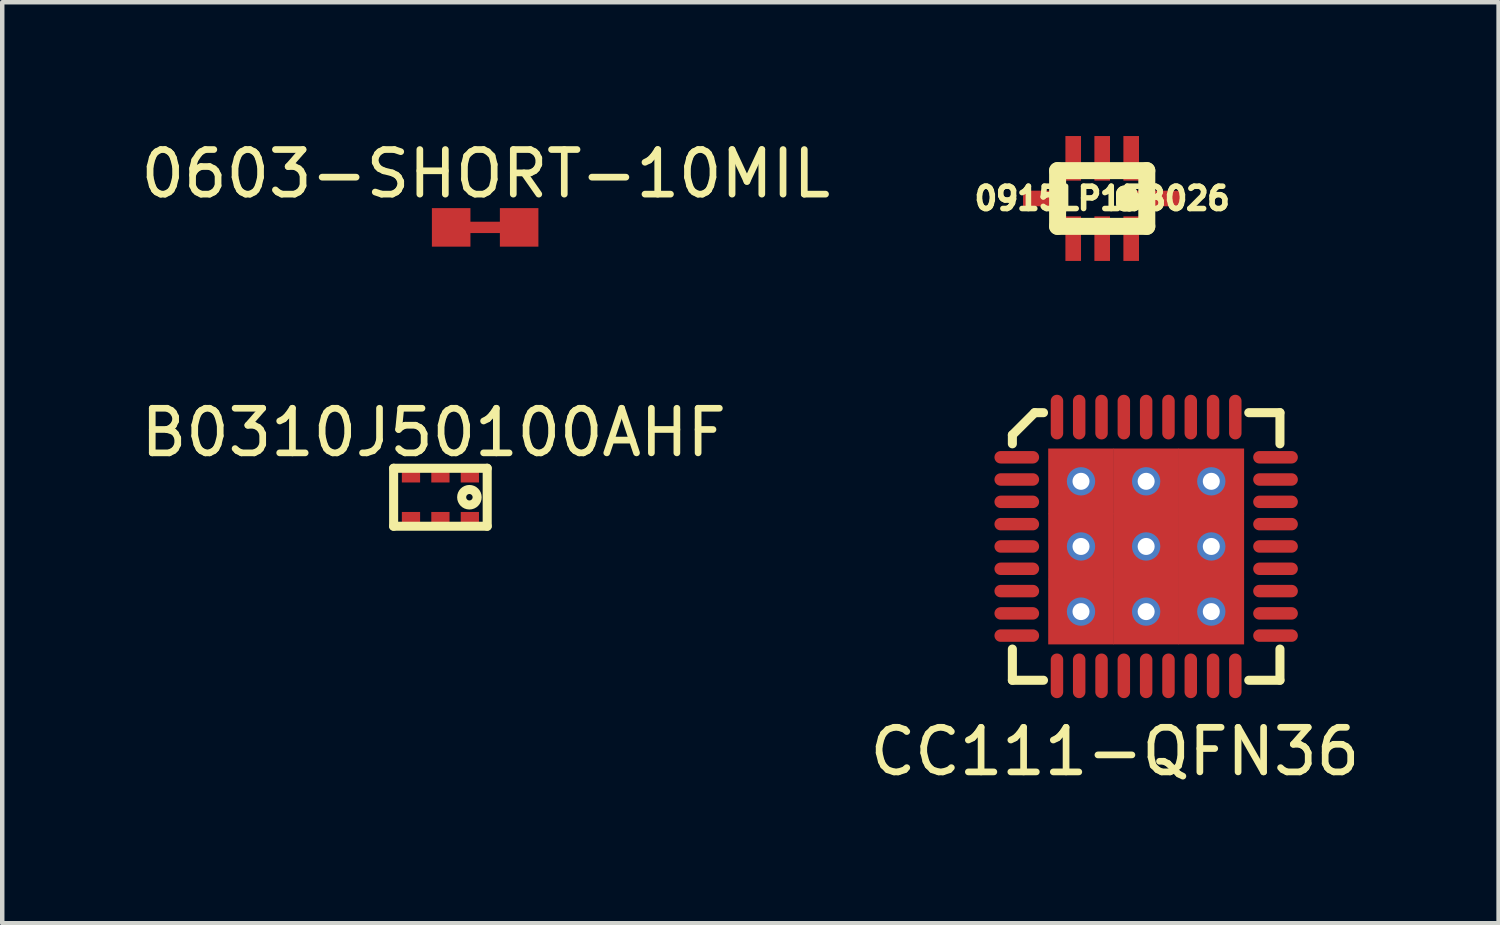
<source format=kicad_pcb>
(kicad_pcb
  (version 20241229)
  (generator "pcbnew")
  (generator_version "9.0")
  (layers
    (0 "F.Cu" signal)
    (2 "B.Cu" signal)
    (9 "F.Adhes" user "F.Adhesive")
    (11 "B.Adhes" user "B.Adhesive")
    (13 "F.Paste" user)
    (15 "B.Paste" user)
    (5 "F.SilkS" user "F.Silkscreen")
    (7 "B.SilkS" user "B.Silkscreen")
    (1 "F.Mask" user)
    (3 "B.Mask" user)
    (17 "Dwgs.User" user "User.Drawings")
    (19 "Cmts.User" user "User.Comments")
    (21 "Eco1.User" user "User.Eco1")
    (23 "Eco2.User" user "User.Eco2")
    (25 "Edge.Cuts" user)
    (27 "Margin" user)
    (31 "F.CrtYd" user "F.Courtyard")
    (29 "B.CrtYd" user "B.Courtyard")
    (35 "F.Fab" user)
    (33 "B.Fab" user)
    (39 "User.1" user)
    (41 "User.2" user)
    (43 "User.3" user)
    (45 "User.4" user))
  (footprint "0915LP15B026"
    (layer "F.Cu")
    (at 21.661 1.4)
    (property "Reference" "0915LP15B026" (at 0 0 0) (layer "F.SilkS") (effects (font (size 0.5 0.5) (thickness 0.125))))
    (attr through_hole)
    (fp_line (start -1 -0.625) (end -1 0.625) (stroke (width 0.381) (type solid)) (layer "F.SilkS"))
    (fp_line (start -1 0.625) (end 1 0.625) (stroke (width 0.381) (type solid)) (layer "F.SilkS"))
    (fp_line (start 0.5 -0.1) (end 0.5 0.1) (stroke (width 0.381) (type solid)) (layer "F.SilkS"))
    (fp_line (start 0.5 0.1) (end 0.6 0.1) (stroke (width 0.381) (type solid)) (layer "F.SilkS"))
    (fp_line (start 0.6 -0.1) (end 0.5 -0.1) (stroke (width 0.381) (type solid)) (layer "F.SilkS"))
    (fp_line (start 0.6 0.1) (end 0.6 -0.1) (stroke (width 0.381) (type solid)) (layer "F.SilkS"))
    (fp_line (start 1 -0.625) (end -1 -0.625) (stroke (width 0.381) (type solid)) (layer "F.SilkS"))
    (fp_line (start 1 0.625) (end 1 -0.625) (stroke (width 0.381) (type solid)) (layer "F.SilkS"))
    (pad "1" smd rect (at 0.65 -0.9) (size 0.35 1) (layers "F.Cu" "F.Mask" "F.Paste"))
    (pad "2" smd rect (at 0 -0.9) (size 0.35 1) (layers "F.Cu" "F.Mask" "F.Paste"))
    (pad "3" smd rect (at -0.65 -0.9) (size 0.35 1) (layers "F.Cu" "F.Mask" "F.Paste"))
    (pad "4" smd rect (at -1.275 0 90) (size 0.35 1) (layers "F.Cu" "F.Mask" "F.Paste"))
    (pad "5" smd rect (at -0.65 0.9) (size 0.35 1) (layers "F.Cu" "F.Mask" "F.Paste"))
    (pad "6" smd rect (at 0 0.9) (size 0.35 1) (layers "F.Cu" "F.Mask" "F.Paste"))
    (pad "7" smd rect (at 0.65 0.9) (size 0.35 1) (layers "F.Cu" "F.Mask" "F.Paste"))
    (pad "8" smd rect (at 1.275 0 90) (size 0.35 1) (layers "F.Cu" "F.Mask" "F.Paste")))
  (footprint "B0310J50100AHF"
    (layer "F.Cu")
    (at 6.823 8.098)
    (property "Reference" "B0310J50100AHF" (at -0.15 -1.45 0) (unlocked yes) (layer "F.SilkS") (effects (font (size 1 1) (thickness 0.15))))
    (attr smd)
    (fp_line (start -1.048 -0.65) (end -1.048 0.65) (stroke (width 0.203) (type solid)) (layer "F.SilkS"))
    (fp_line (start -1.048 0.65) (end 1.05 0.65) (stroke (width 0.203) (type solid)) (layer "F.SilkS"))
    (fp_line (start 1.05 -0.65) (end -1.048 -0.65) (stroke (width 0.203) (type solid)) (layer "F.SilkS"))
    (fp_line (start 1.05 -0.65) (end 1.05 0.65) (stroke (width 0.203) (type solid)) (layer "F.SilkS"))
    (fp_circle (center 0.651 -0.00024) (end 0.702 0.051) (stroke (width 0.203) (type solid)) (fill no) (layer "F.SilkS"))
    (pad "1" smd rect (at 0.661 -0.496) (size 0.409 0.33) (layers "F.Cu" "F.Mask" "F.Paste"))
    (pad "2" smd rect (at 0.001 -0.496) (size 0.409 0.33) (layers "F.Cu" "F.Mask" "F.Paste"))
    (pad "3" smd rect (at -0.659 -0.496) (size 0.409 0.33) (layers "F.Cu" "F.Mask" "F.Paste"))
    (pad "4" smd rect (at -0.659 0.495) (size 0.409 0.33) (layers "F.Cu" "F.Mask" "F.Paste"))
    (pad "5" smd rect (at 0.001 0.495) (size 0.409 0.33) (layers "F.Cu" "F.Mask" "F.Paste"))
    (pad "6" smd rect (at 0.661 0.495) (size 0.409 0.33) (layers "F.Cu" "F.Mask" "F.Paste")))
  (footprint "0603-SHORT-10MIL"
    (layer "F.Cu")
    (at 7.839 2.048)
    (property "Reference" "0603-SHORT-10MIL" (at 0 -1.2 0) (unlocked yes) (layer "F.SilkS") (effects (font (size 1 1) (thickness 0.15))))
    (attr smd)
    (pad "" smd rect (at -0.012 0) (size 0.711 0.254) (layers "F.Cu" "F.Mask"))
    (pad "1" smd rect (at -0.774 0) (size 0.864 0.864) (layers "F.Cu" "F.Mask"))
    (pad "2" smd rect (at 0.75 0) (size 0.864 0.864) (layers "F.Cu" "F.Mask")))
  (footprint "CC111-QFN36"
    (layer "F.Cu")
    (at 22.646 9.201)
    (property "Reference" "CC111-QFN36" (at -0.7 4.6 0) (unlocked yes) (layer "F.SilkS") (effects (font (size 1 1) (thickness 0.15))))
    (attr smd)
    (fp_line (start -2.999 -2.499) (end -2.499 -2.999) (stroke (width 0.203) (type solid)) (layer "F.SilkS"))
    (fp_line (start -2.999 -2.301) (end -2.999 -2.499) (stroke (width 0.203) (type solid)) (layer "F.SilkS"))
    (fp_line (start -2.999 2.301) (end -2.999 3) (stroke (width 0.203) (type solid)) (layer "F.SilkS"))
    (fp_line (start -2.999 3) (end -2.301 3) (stroke (width 0.203) (type solid)) (layer "F.SilkS"))
    (fp_line (start -2.499 -2.999) (end -2.301 -2.999) (stroke (width 0.203) (type solid)) (layer "F.SilkS"))
    (fp_line (start 2.301 3) (end 3 3) (stroke (width 0.203) (type solid)) (layer "F.SilkS"))
    (fp_line (start 3 -2.999) (end 2.301 -2.999) (stroke (width 0.203) (type solid)) (layer "F.SilkS"))
    (fp_line (start 3 -2.301) (end 3 -2.999) (stroke (width 0.203) (type solid)) (layer "F.SilkS"))
    (fp_line (start 3 3) (end 3 2.301) (stroke (width 0.203) (type solid)) (layer "F.SilkS"))
    (pad "0" thru_hole circle (at -1.46 -1.46) (size 0.635 0.635) (drill 0.381) (layers "*.Cu" "*.Mask"))
    (pad "0" smd rect (at -1.46 -1.46) (size 1.471 1.471) (layers "F.Cu" "F.Mask" "F.Paste"))
    (pad "0" thru_hole circle (at -1.46 0.00026) (size 0.635 0.635) (drill 0.381) (layers "*.Cu" "*.Mask"))
    (pad "0" smd rect (at -1.46 0.00026) (size 1.471 1.471) (layers "F.Cu" "F.Mask" "F.Paste"))
    (pad "0" thru_hole circle (at -1.46 1.461) (size 0.635 0.635) (drill 0.381) (layers "*.Cu" "*.Mask"))
    (pad "0" smd rect (at -1.46 1.461) (size 1.471 1.471) (layers "F.Cu" "F.Mask" "F.Paste"))
    (pad "0" thru_hole circle (at 0.00026 -1.46) (size 0.635 0.635) (drill 0.381) (layers "*.Cu" "*.Mask"))
    (pad "0" smd rect (at 0.00026 -1.46) (size 1.471 1.471) (layers "F.Cu" "F.Mask" "F.Paste"))
    (pad "0" thru_hole circle (at 0.00026 0.00026) (size 0.635 0.635) (drill 0.381) (layers "*.Cu" "*.Mask"))
    (pad "0" smd rect (at 0.00026 0.00026) (size 1.471 1.471) (layers "F.Cu" "F.Mask" "F.Paste"))
    (pad "0" thru_hole circle (at 0.00026 1.461) (size 0.635 0.635) (drill 0.381) (layers "*.Cu" "*.Mask"))
    (pad "0" smd rect (at 0.00026 1.461) (size 1.471 1.471) (layers "F.Cu" "F.Mask" "F.Paste"))
    (pad "0" thru_hole circle (at 1.461 -1.46) (size 0.635 0.635) (drill 0.381) (layers "*.Cu" "*.Mask"))
    (pad "0" smd rect (at 1.461 -1.46) (size 1.471 1.471) (layers "F.Cu" "F.Mask" "F.Paste"))
    (pad "0" thru_hole circle (at 1.461 0.00026) (size 0.635 0.635) (drill 0.381) (layers "*.Cu" "*.Mask"))
    (pad "0" smd rect (at 1.461 0.00026) (size 1.471 1.471) (layers "F.Cu" "F.Mask" "F.Paste"))
    (pad "0" thru_hole circle (at 1.461 1.461) (size 0.635 0.635) (drill 0.381) (layers "*.Cu" "*.Mask"))
    (pad "0" smd rect (at 1.461 1.461) (size 1.471 1.471) (layers "F.Cu" "F.Mask" "F.Paste"))
    (pad "1" smd oval (at -2.9 -1.999) (size 1.001 0.279) (layers "F.Cu" "F.Mask" "F.Paste"))
    (pad "2" smd oval (at -2.9 -1.501) (size 1.001 0.279) (layers "F.Cu" "F.Mask" "F.Paste"))
    (pad "3" smd oval (at -2.9 -1) (size 1.001 0.279) (layers "F.Cu" "F.Mask" "F.Paste"))
    (pad "4" smd oval (at -2.9 -0.5) (size 1.001 0.279) (layers "F.Cu" "F.Mask" "F.Paste"))
    (pad "5" smd oval (at -2.9 0.00026) (size 1.001 0.279) (layers "F.Cu" "F.Mask" "F.Paste"))
    (pad "6" smd oval (at -2.9 0.501) (size 1.001 0.279) (layers "F.Cu" "F.Mask" "F.Paste"))
    (pad "7" smd oval (at -2.9 1.001) (size 1.001 0.279) (layers "F.Cu" "F.Mask" "F.Paste"))
    (pad "8" smd oval (at -2.9 1.501) (size 1.001 0.279) (layers "F.Cu" "F.Mask" "F.Paste"))
    (pad "9" smd oval (at -2.9 1.999) (size 1.001 0.279) (layers "F.Cu" "F.Mask" "F.Paste"))
    (pad "10" smd oval (at -1.999 2.901 90) (size 1.001 0.279) (layers "F.Cu" "F.Mask" "F.Paste"))
    (pad "11" smd oval (at -1.501 2.901 90) (size 1.001 0.279) (layers "F.Cu" "F.Mask" "F.Paste"))
    (pad "12" smd oval (at -1 2.901 90) (size 1.001 0.279) (layers "F.Cu" "F.Mask" "F.Paste"))
    (pad "13" smd oval (at -0.5 2.901 90) (size 1.001 0.279) (layers "F.Cu" "F.Mask" "F.Paste"))
    (pad "14" smd oval (at 0.00026 2.901 90) (size 1.001 0.279) (layers "F.Cu" "F.Mask" "F.Paste"))
    (pad "15" smd oval (at 0.501 2.901 90) (size 1.001 0.279) (layers "F.Cu" "F.Mask" "F.Paste"))
    (pad "16" smd oval (at 1.001 2.901 90) (size 1.001 0.279) (layers "F.Cu" "F.Mask" "F.Paste"))
    (pad "17" smd oval (at 1.501 2.901 90) (size 1.001 0.279) (layers "F.Cu" "F.Mask" "F.Paste"))
    (pad "18" smd oval (at 1.999 2.901 90) (size 1.001 0.279) (layers "F.Cu" "F.Mask" "F.Paste"))
    (pad "19" smd oval (at 2.901 1.999) (size 1.001 0.279) (layers "F.Cu" "F.Mask" "F.Paste"))
    (pad "20" smd oval (at 2.901 1.501) (size 1.001 0.279) (layers "F.Cu" "F.Mask" "F.Paste"))
    (pad "21" smd oval (at 2.901 1.001) (size 1.001 0.279) (layers "F.Cu" "F.Mask" "F.Paste"))
    (pad "22" smd oval (at 2.901 0.501) (size 1.001 0.279) (layers "F.Cu" "F.Mask" "F.Paste"))
    (pad "23" smd oval (at 2.901 0.00026) (size 1.001 0.279) (layers "F.Cu" "F.Mask" "F.Paste"))
    (pad "24" smd oval (at 2.901 -0.5) (size 1.001 0.279) (layers "F.Cu" "F.Mask" "F.Paste"))
    (pad "25" smd oval (at 2.901 -1) (size 1.001 0.279) (layers "F.Cu" "F.Mask" "F.Paste"))
    (pad "26" smd oval (at 2.901 -1.501) (size 1.001 0.279) (layers "F.Cu" "F.Mask" "F.Paste"))
    (pad "27" smd oval (at 2.901 -1.999) (size 1.001 0.279) (layers "F.Cu" "F.Mask" "F.Paste"))
    (pad "28" smd oval (at 1.999 -2.9 90) (size 1.001 0.279) (layers "F.Cu" "F.Mask" "F.Paste"))
    (pad "29" smd oval (at 1.501 -2.9 90) (size 1.001 0.279) (layers "F.Cu" "F.Mask" "F.Paste"))
    (pad "30" smd oval (at 1.001 -2.9 90) (size 1.001 0.279) (layers "F.Cu" "F.Mask" "F.Paste"))
    (pad "31" smd oval (at 0.501 -2.9 90) (size 1.001 0.279) (layers "F.Cu" "F.Mask" "F.Paste"))
    (pad "32" smd oval (at 0.00026 -2.9 90) (size 1.001 0.279) (layers "F.Cu" "F.Mask" "F.Paste"))
    (pad "33" smd oval (at -0.5 -2.9 90) (size 1.001 0.279) (layers "F.Cu" "F.Mask" "F.Paste"))
    (pad "34" smd oval (at -1 -2.9 90) (size 1.001 0.279) (layers "F.Cu" "F.Mask" "F.Paste"))
    (pad "35" smd oval (at -1.501 -2.9 90) (size 1.001 0.279) (layers "F.Cu" "F.Mask" "F.Paste"))
    (pad "36" smd oval (at -1.999 -2.9 90) (size 1.001 0.279) (layers "F.Cu" "F.Mask" "F.Paste")))
  (gr_rect
    (start -3 -3)
    (end 30.548 17.649)
    (stroke (width 0.1) (type default))
    (fill no)
    (layer "Edge.Cuts")))
</source>
